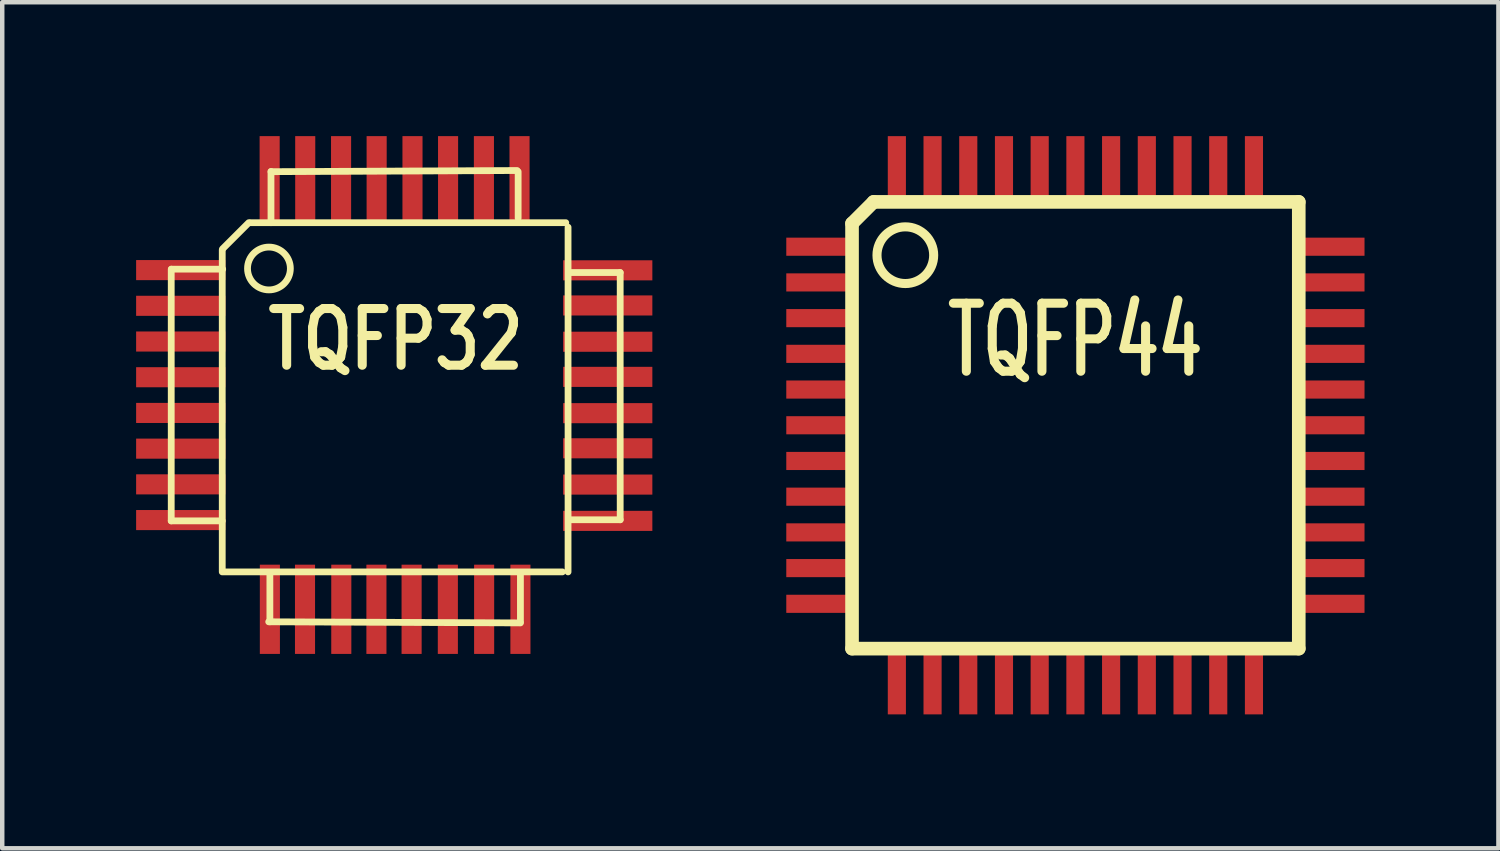
<source format=kicad_pcb>
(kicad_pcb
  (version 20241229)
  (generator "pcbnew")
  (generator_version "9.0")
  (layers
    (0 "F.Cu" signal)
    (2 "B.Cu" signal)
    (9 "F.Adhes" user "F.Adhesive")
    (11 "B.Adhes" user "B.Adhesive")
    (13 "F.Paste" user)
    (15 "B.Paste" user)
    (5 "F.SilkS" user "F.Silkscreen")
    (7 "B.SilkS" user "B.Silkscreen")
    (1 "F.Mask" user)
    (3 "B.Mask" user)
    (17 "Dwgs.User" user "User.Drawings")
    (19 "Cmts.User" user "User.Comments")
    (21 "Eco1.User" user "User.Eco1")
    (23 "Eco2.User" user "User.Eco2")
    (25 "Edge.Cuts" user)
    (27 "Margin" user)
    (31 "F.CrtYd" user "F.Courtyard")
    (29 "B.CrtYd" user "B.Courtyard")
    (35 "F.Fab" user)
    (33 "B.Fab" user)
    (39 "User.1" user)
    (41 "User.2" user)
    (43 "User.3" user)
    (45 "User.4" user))
  (footprint "TQFP32"
    (layer "F.Cu")
    (at 5.815 5.825)
    (property "Reference" "TQFP32" (at 0 -1.27 0) (layer "F.SilkS") (effects (font (size 1.27 1.016) (thickness 0.203))))
    (attr through_hole)
    (fp_line (start -5.029 -2.845) (end -5.029 2.794) (stroke (width 0.152) (type solid)) (layer "F.SilkS"))
    (fp_line (start -5.029 2.794) (end -3.886 2.794) (stroke (width 0.152) (type solid)) (layer "F.SilkS"))
    (fp_line (start -5.024 -2.845) (end -3.876 -2.845) (stroke (width 0.152) (type solid)) (layer "F.SilkS"))
    (fp_line (start -3.886 -3.277) (end -3.886 3.912) (stroke (width 0.152) (type solid)) (layer "F.SilkS"))
    (fp_line (start -3.886 3.937) (end 3.734 3.937) (stroke (width 0.152) (type solid)) (layer "F.SilkS"))
    (fp_line (start -3.876 -3.302) (end -3.292 -3.886) (stroke (width 0.152) (type solid)) (layer "F.SilkS"))
    (fp_line (start -3.251 -3.886) (end 3.81 -3.886) (stroke (width 0.152) (type solid)) (layer "F.SilkS"))
    (fp_line (start -2.845 5.055) (end 2.794 5.08) (stroke (width 0.152) (type solid)) (layer "F.SilkS"))
    (fp_line (start -2.819 3.988) (end -2.819 5.055) (stroke (width 0.152) (type solid)) (layer "F.SilkS"))
    (fp_line (start -2.794 -5.029) (end 2.718 -5.055) (stroke (width 0.152) (type solid)) (layer "F.SilkS"))
    (fp_line (start -2.794 -3.886) (end -2.794 -5.034) (stroke (width 0.152) (type solid)) (layer "F.SilkS"))
    (fp_line (start 2.743 -5.029) (end 2.743 -3.988) (stroke (width 0.152) (type solid)) (layer "F.SilkS"))
    (fp_line (start 2.794 3.962) (end 2.794 5.055) (stroke (width 0.152) (type solid)) (layer "F.SilkS"))
    (fp_line (start 3.861 3.937) (end 3.861 -3.785) (stroke (width 0.152) (type solid)) (layer "F.SilkS"))
    (fp_line (start 5.029 -2.769) (end 3.912 -2.769) (stroke (width 0.152) (type solid)) (layer "F.SilkS"))
    (fp_line (start 5.029 2.769) (end 3.886 2.769) (stroke (width 0.152) (type solid)) (layer "F.SilkS"))
    (fp_line (start 5.029 2.769) (end 5.029 -2.769) (stroke (width 0.152) (type solid)) (layer "F.SilkS"))
    (fp_circle (center -2.84 -2.86) (end -2.433 -2.606) (stroke (width 0.152) (type solid)) (fill no) (layer "F.SilkS"))
    (pad "1" smd rect (at -4.816 -2.824) (size 1.999 0.45) (layers "F.Cu" "F.Mask" "F.Paste"))
    (pad "2" smd rect (at -4.816 -2.024) (size 1.999 0.45) (layers "F.Cu" "F.Mask" "F.Paste"))
    (pad "3" smd rect (at -4.816 -1.224) (size 1.999 0.45) (layers "F.Cu" "F.Mask" "F.Paste"))
    (pad "4" smd rect (at -4.816 -0.424) (size 1.999 0.45) (layers "F.Cu" "F.Mask" "F.Paste"))
    (pad "5" smd rect (at -4.816 0.376) (size 1.999 0.45) (layers "F.Cu" "F.Mask" "F.Paste"))
    (pad "6" smd rect (at -4.816 1.176) (size 1.999 0.45) (layers "F.Cu" "F.Mask" "F.Paste"))
    (pad "7" smd rect (at -4.816 1.976) (size 1.999 0.45) (layers "F.Cu" "F.Mask" "F.Paste"))
    (pad "8" smd rect (at -4.816 2.776) (size 1.999 0.45) (layers "F.Cu" "F.Mask" "F.Paste"))
    (pad "9" smd rect (at -2.819 4.775) (size 0.45 1.999) (layers "F.Cu" "F.Mask" "F.Paste"))
    (pad "10" smd rect (at -2.032 4.775) (size 0.45 1.999) (layers "F.Cu" "F.Mask" "F.Paste"))
    (pad "11" smd rect (at -1.219 4.775) (size 0.45 1.999) (layers "F.Cu" "F.Mask" "F.Paste"))
    (pad "12" smd rect (at -0.432 4.775) (size 0.45 1.999) (layers "F.Cu" "F.Mask" "F.Paste"))
    (pad "13" smd rect (at 0.356 4.775) (size 0.45 1.999) (layers "F.Cu" "F.Mask" "F.Paste"))
    (pad "14" smd rect (at 1.168 4.775) (size 0.45 1.999) (layers "F.Cu" "F.Mask" "F.Paste"))
    (pad "15" smd rect (at 1.981 4.775) (size 0.45 1.999) (layers "F.Cu" "F.Mask" "F.Paste"))
    (pad "16" smd rect (at 2.794 4.775) (size 0.45 1.999) (layers "F.Cu" "F.Mask" "F.Paste"))
    (pad "17" smd rect (at 4.75 2.794) (size 1.999 0.45) (layers "F.Cu" "F.Mask" "F.Paste"))
    (pad "18" smd rect (at 4.75 1.981) (size 1.999 0.45) (layers "F.Cu" "F.Mask" "F.Paste"))
    (pad "19" smd rect (at 4.75 1.168) (size 1.999 0.45) (layers "F.Cu" "F.Mask" "F.Paste"))
    (pad "20" smd rect (at 4.75 0.381) (size 1.999 0.45) (layers "F.Cu" "F.Mask" "F.Paste"))
    (pad "21" smd rect (at 4.75 -0.432) (size 1.999 0.45) (layers "F.Cu" "F.Mask" "F.Paste"))
    (pad "22" smd rect (at 4.75 -1.219) (size 1.999 0.45) (layers "F.Cu" "F.Mask" "F.Paste"))
    (pad "23" smd rect (at 4.75 -2.032) (size 1.999 0.45) (layers "F.Cu" "F.Mask" "F.Paste"))
    (pad "24" smd rect (at 4.75 -2.819) (size 1.999 0.45) (layers "F.Cu" "F.Mask" "F.Paste"))
    (pad "25" smd rect (at 2.774 -4.826) (size 0.45 1.999) (layers "F.Cu" "F.Mask" "F.Paste"))
    (pad "26" smd rect (at 1.976 -4.826) (size 0.45 1.999) (layers "F.Cu" "F.Mask" "F.Paste"))
    (pad "27" smd rect (at 1.173 -4.826) (size 0.45 1.999) (layers "F.Cu" "F.Mask" "F.Paste"))
    (pad "28" smd rect (at 0.376 -4.826) (size 0.45 1.999) (layers "F.Cu" "F.Mask" "F.Paste"))
    (pad "29" smd rect (at -0.427 -4.826) (size 0.45 1.999) (layers "F.Cu" "F.Mask" "F.Paste"))
    (pad "30" smd rect (at -1.224 -4.826) (size 0.45 1.999) (layers "F.Cu" "F.Mask" "F.Paste"))
    (pad "31" smd rect (at -2.027 -4.826) (size 0.45 1.999) (layers "F.Cu" "F.Mask" "F.Paste"))
    (pad "32" smd rect (at -2.824 -4.826) (size 0.45 1.999) (layers "F.Cu" "F.Mask" "F.Paste")))
  (footprint "TQFP44"
    (layer "F.Cu")
    (at 21.042 6.477)
    (property "Reference" "TQFP44" (at 0 -1.905 0) (layer "F.SilkS") (effects (font (size 1.524 1.016) (thickness 0.203))))
    (attr smd)
    (fp_line (start -5.004 -4.521) (end -5.004 5.004) (stroke (width 0.305) (type solid)) (layer "F.SilkS"))
    (fp_line (start -5.004 -4.521) (end -4.521 -5.004) (stroke (width 0.305) (type solid)) (layer "F.SilkS"))
    (fp_line (start -4.521 -5.004) (end 5.004 -5.004) (stroke (width 0.305) (type solid)) (layer "F.SilkS"))
    (fp_line (start 5.004 -5.004) (end 5.004 5.004) (stroke (width 0.305) (type solid)) (layer "F.SilkS"))
    (fp_line (start 5.004 5.004) (end -5.004 5.004) (stroke (width 0.305) (type solid)) (layer "F.SilkS"))
    (fp_circle (center -3.81 -3.81) (end -3.81 -3.175) (stroke (width 0.203) (type solid)) (fill no) (layer "F.SilkS"))
    (pad "1" smd rect (at -5.715 -4) (size 1.524 0.406) (layers "F.Cu" "F.Mask" "F.Paste"))
    (pad "2" smd rect (at -5.715 -3.2) (size 1.524 0.406) (layers "F.Cu" "F.Mask" "F.Paste"))
    (pad "3" smd rect (at -5.715 -2.4) (size 1.524 0.406) (layers "F.Cu" "F.Mask" "F.Paste"))
    (pad "4" smd rect (at -5.715 -1.6) (size 1.524 0.406) (layers "F.Cu" "F.Mask" "F.Paste"))
    (pad "5" smd rect (at -5.715 -0.8) (size 1.524 0.406) (layers "F.Cu" "F.Mask" "F.Paste"))
    (pad "6" smd rect (at -5.715 0) (size 1.524 0.406) (layers "F.Cu" "F.Mask" "F.Paste"))
    (pad "7" smd rect (at -5.715 0.8) (size 1.524 0.406) (layers "F.Cu" "F.Mask" "F.Paste"))
    (pad "8" smd rect (at -5.715 1.6) (size 1.524 0.406) (layers "F.Cu" "F.Mask" "F.Paste"))
    (pad "9" smd rect (at -5.715 2.4) (size 1.524 0.406) (layers "F.Cu" "F.Mask" "F.Paste"))
    (pad "10" smd rect (at -5.715 3.2) (size 1.524 0.406) (layers "F.Cu" "F.Mask" "F.Paste"))
    (pad "11" smd rect (at -5.715 4) (size 1.524 0.406) (layers "F.Cu" "F.Mask" "F.Paste"))
    (pad "12" smd rect (at -4 5.715) (size 0.406 1.524) (layers "F.Cu" "F.Mask" "F.Paste"))
    (pad "13" smd rect (at -3.2 5.715) (size 0.406 1.524) (layers "F.Cu" "F.Mask" "F.Paste"))
    (pad "14" smd rect (at -2.4 5.715) (size 0.406 1.524) (layers "F.Cu" "F.Mask" "F.Paste"))
    (pad "15" smd rect (at -1.6 5.715) (size 0.406 1.524) (layers "F.Cu" "F.Mask" "F.Paste"))
    (pad "16" smd rect (at -0.8 5.715) (size 0.406 1.524) (layers "F.Cu" "F.Mask" "F.Paste"))
    (pad "17" smd rect (at 0 5.715) (size 0.406 1.524) (layers "F.Cu" "F.Mask" "F.Paste"))
    (pad "18" smd rect (at 0.8 5.715) (size 0.406 1.524) (layers "F.Cu" "F.Mask" "F.Paste"))
    (pad "19" smd rect (at 1.6 5.715) (size 0.406 1.524) (layers "F.Cu" "F.Mask" "F.Paste"))
    (pad "20" smd rect (at 2.4 5.715) (size 0.406 1.524) (layers "F.Cu" "F.Mask" "F.Paste"))
    (pad "21" smd rect (at 3.2 5.715) (size 0.406 1.524) (layers "F.Cu" "F.Mask" "F.Paste"))
    (pad "22" smd rect (at 4 5.715) (size 0.406 1.524) (layers "F.Cu" "F.Mask" "F.Paste"))
    (pad "23" smd rect (at 5.715 4) (size 1.524 0.406) (layers "F.Cu" "F.Mask" "F.Paste"))
    (pad "24" smd rect (at 5.715 3.2) (size 1.524 0.406) (layers "F.Cu" "F.Mask" "F.Paste"))
    (pad "25" smd rect (at 5.715 2.4) (size 1.524 0.406) (layers "F.Cu" "F.Mask" "F.Paste"))
    (pad "26" smd rect (at 5.715 1.6) (size 1.524 0.406) (layers "F.Cu" "F.Mask" "F.Paste"))
    (pad "27" smd rect (at 5.715 0.8) (size 1.524 0.406) (layers "F.Cu" "F.Mask" "F.Paste"))
    (pad "28" smd rect (at 5.715 0) (size 1.524 0.406) (layers "F.Cu" "F.Mask" "F.Paste"))
    (pad "29" smd rect (at 5.715 -0.8) (size 1.524 0.406) (layers "F.Cu" "F.Mask" "F.Paste"))
    (pad "30" smd rect (at 5.715 -1.6) (size 1.524 0.406) (layers "F.Cu" "F.Mask" "F.Paste"))
    (pad "31" smd rect (at 5.715 -2.4) (size 1.524 0.406) (layers "F.Cu" "F.Mask" "F.Paste"))
    (pad "32" smd rect (at 5.715 -3.2) (size 1.524 0.406) (layers "F.Cu" "F.Mask" "F.Paste"))
    (pad "33" smd rect (at 5.715 -4) (size 1.524 0.406) (layers "F.Cu" "F.Mask" "F.Paste"))
    (pad "34" smd rect (at 4 -5.715) (size 0.406 1.524) (layers "F.Cu" "F.Mask" "F.Paste"))
    (pad "35" smd rect (at 3.2 -5.715) (size 0.406 1.524) (layers "F.Cu" "F.Mask" "F.Paste"))
    (pad "36" smd rect (at 2.4 -5.715) (size 0.406 1.524) (layers "F.Cu" "F.Mask" "F.Paste"))
    (pad "37" smd rect (at 1.6 -5.715) (size 0.406 1.524) (layers "F.Cu" "F.Mask" "F.Paste"))
    (pad "38" smd rect (at 0.8 -5.715) (size 0.406 1.524) (layers "F.Cu" "F.Mask" "F.Paste"))
    (pad "39" smd rect (at 0 -5.715) (size 0.406 1.524) (layers "F.Cu" "F.Mask" "F.Paste"))
    (pad "40" smd rect (at -0.8 -5.715) (size 0.406 1.524) (layers "F.Cu" "F.Mask" "F.Paste"))
    (pad "41" smd rect (at -1.6 -5.715) (size 0.406 1.524) (layers "F.Cu" "F.Mask" "F.Paste"))
    (pad "42" smd rect (at -2.4 -5.715) (size 0.406 1.524) (layers "F.Cu" "F.Mask" "F.Paste"))
    (pad "43" smd rect (at -3.2 -5.715) (size 0.406 1.524) (layers "F.Cu" "F.Mask" "F.Paste"))
    (pad "44" smd rect (at -4 -5.715) (size 0.406 1.524) (layers "F.Cu" "F.Mask" "F.Paste")))
  (gr_rect
    (start -3 -3)
    (end 30.519 15.954)
    (stroke (width 0.1) (type default))
    (fill no)
    (layer "Edge.Cuts")))
</source>
